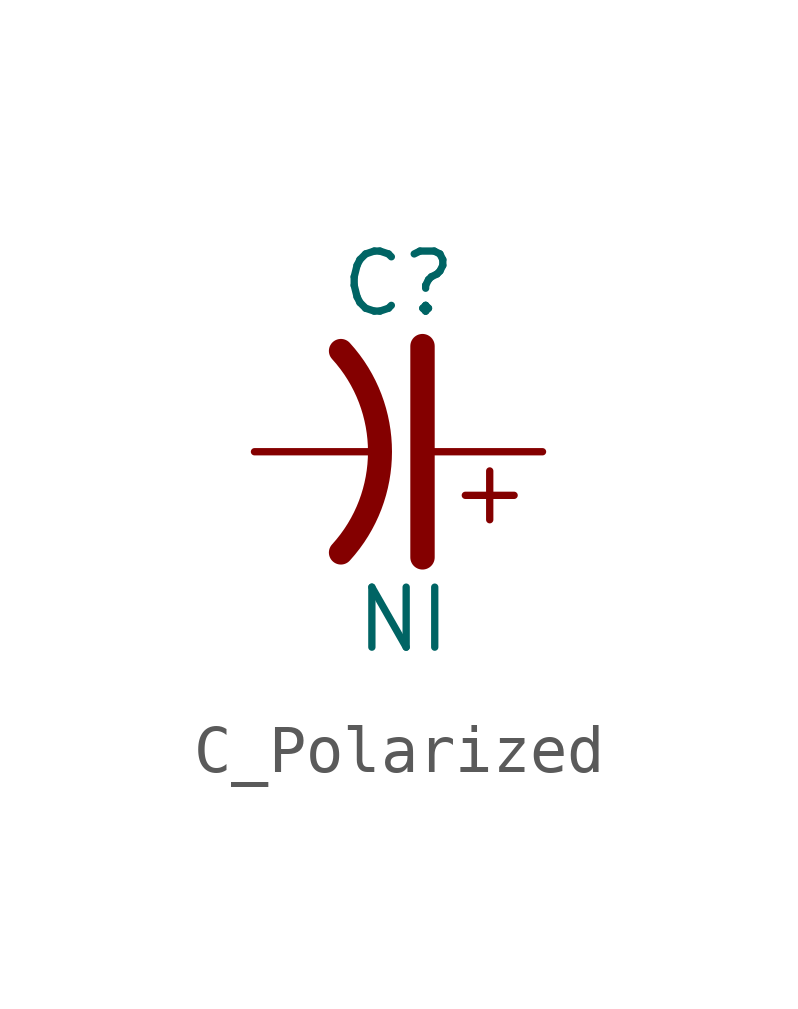
<source format=kicad_sym>
(kicad_symbol_lib
  (version 20241209)
  (generator "kicad_symbol_editor")
  (generator_version "9.0")
  (symbol "C_Polarized"
    (pin_numbers
      (hide yes))
    (pin_names
      (offset 0)
      (hide yes))
    (property "Reference" "C"
      (at 3 3.5 0)
      (do_not_autoplace)
      (effects (font (size 1.25 1.25))))
    (property "Value" "NI"
      (at 3.1 -3.5 0)
      (do_not_autoplace)
      (effects (font (size 1.25 1.25))))
    (symbol "C_Polarized_0_1"
      (polyline (pts (xy 4.9 -0.4) (xy 4.9 -1.416)) (stroke (width 0) (type default)) (fill (type none)))
      (polyline (pts (xy 5.408 -0.908) (xy 4.392 -0.908)) (stroke (width 0) (type default)) (fill (type none))))
    (symbol "C_Polarized_1_1"
      (arc (start 1.8 2.1) (mid 2.6145 0) (end 1.8 -2.1) (stroke (width 0.5) (type default)) (fill (type none)))
      (polyline (pts (xy 3.5 -2.2) (xy 3.5 2.2)) (stroke (width 0.508) (type default)) (fill (type none)))
      (pin passive line (at 0 0 0) (length 2.7) (name "N" (effects (font (size 1.25 1.25)))) (number "N" (effects (font (size 1.25 1.25)))))
      (pin passive line (at 6 0 180) (length 2.4) (name "P" (effects (font (size 1.25 1.25)))) (number "P" (effects (font (size 1.25 1.25))))))))
</source>
